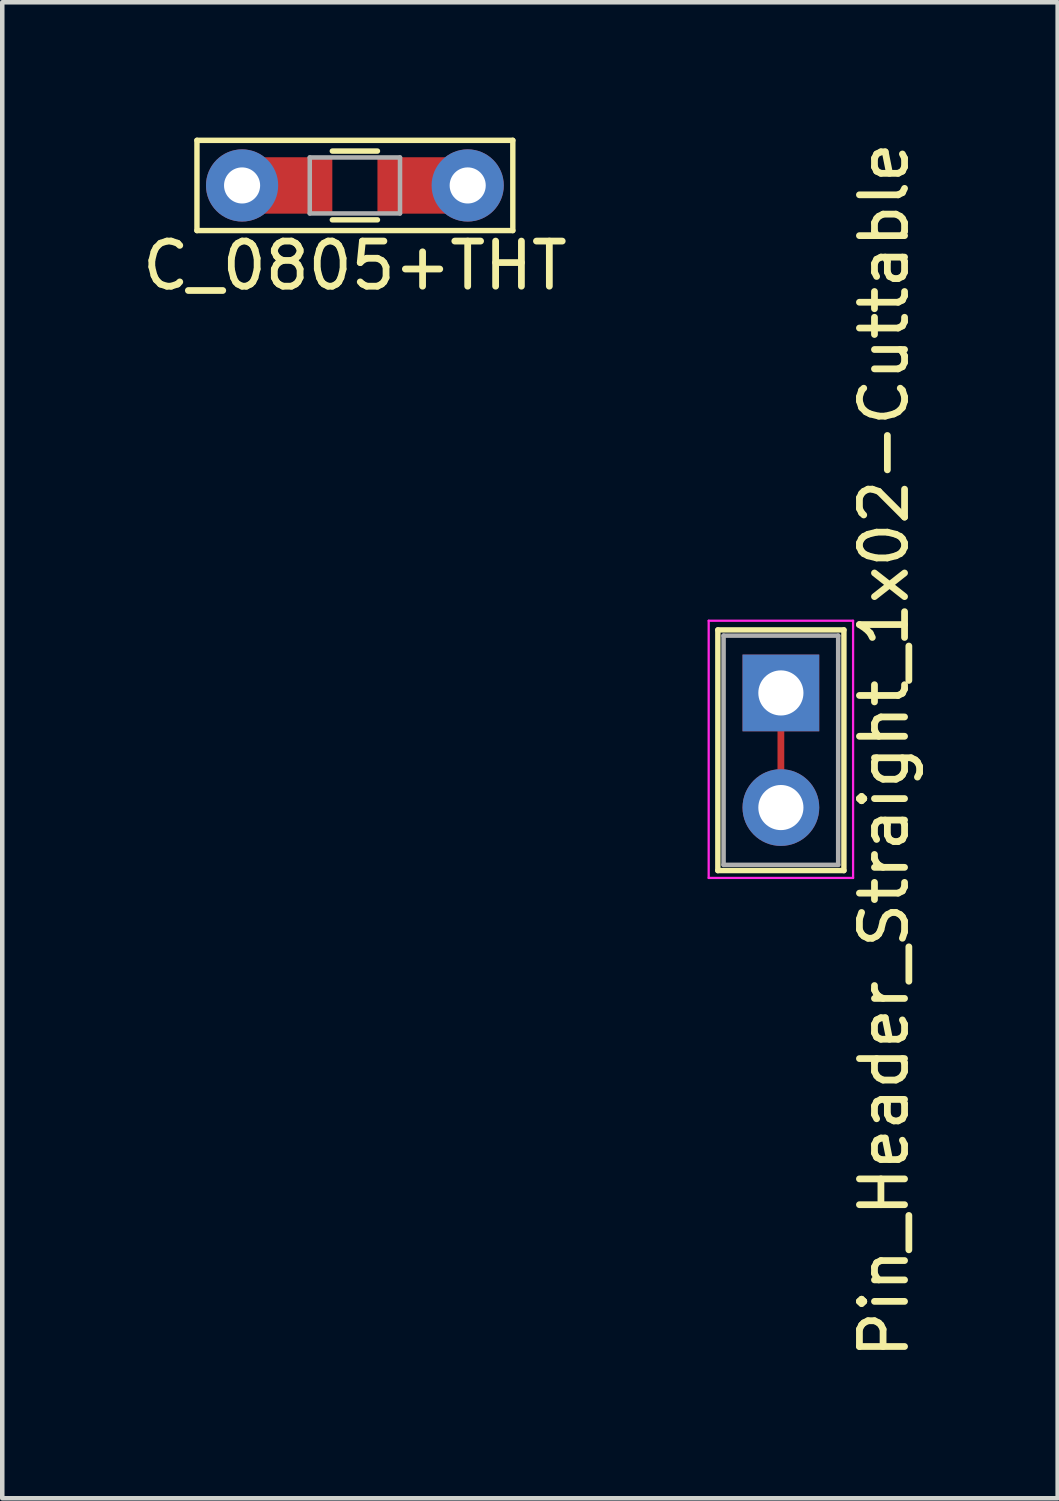
<source format=kicad_pcb>
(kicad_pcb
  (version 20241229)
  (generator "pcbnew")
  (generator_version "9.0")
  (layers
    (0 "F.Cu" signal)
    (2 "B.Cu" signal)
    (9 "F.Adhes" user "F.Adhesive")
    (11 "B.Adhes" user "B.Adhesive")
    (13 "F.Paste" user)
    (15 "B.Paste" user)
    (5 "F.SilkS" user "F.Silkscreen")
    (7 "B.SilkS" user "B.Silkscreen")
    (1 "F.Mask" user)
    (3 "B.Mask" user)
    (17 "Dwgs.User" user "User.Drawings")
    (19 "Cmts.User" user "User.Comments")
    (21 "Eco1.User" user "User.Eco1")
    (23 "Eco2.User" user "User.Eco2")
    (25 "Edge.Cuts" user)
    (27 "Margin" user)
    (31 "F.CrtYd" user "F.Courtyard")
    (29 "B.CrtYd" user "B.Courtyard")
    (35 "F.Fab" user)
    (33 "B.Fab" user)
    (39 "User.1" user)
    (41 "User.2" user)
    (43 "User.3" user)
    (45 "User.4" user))
  (footprint "Pin_Header_Straight_1x02-Cuttable"
    (layer "F.Cu")
    (at 14.256 12.307)
    (property "Reference" "Pin_Header_Straight_1x02-Cuttable" (at 2.286 1.27 90) (layer "F.SilkS") (effects (font (size 1 1) (thickness 0.15))))
    (attr through_hole)
    (fp_line (start 0 0) (end 0 2.54) (stroke (width 0.15) (type solid)) (layer "F.Cu"))
    (fp_line (start 0 0) (end 0 2.54) (stroke (width 0.15) (type solid)) (layer "F.Mask"))
    (fp_line (start -1.397 -1.397) (end 1.397 -1.397) (stroke (width 0.12) (type solid)) (layer "F.SilkS"))
    (fp_line (start -1.397 3.937) (end -1.397 -1.397) (stroke (width 0.12) (type solid)) (layer "F.SilkS"))
    (fp_line (start -1.397 3.937) (end 1.397 3.937) (stroke (width 0.12) (type solid)) (layer "F.SilkS"))
    (fp_line (start 1.397 3.937) (end 1.397 -1.397) (stroke (width 0.12) (type solid)) (layer "F.SilkS"))
    (fp_line (start -1.6 -1.6) (end -1.6 4.1) (stroke (width 0.05) (type solid)) (layer "F.CrtYd"))
    (fp_line (start -1.6 4.1) (end 1.6 4.1) (stroke (width 0.05) (type solid)) (layer "F.CrtYd"))
    (fp_line (start 1.6 -1.6) (end -1.6 -1.6) (stroke (width 0.05) (type solid)) (layer "F.CrtYd"))
    (fp_line (start 1.6 4.1) (end 1.6 -1.6) (stroke (width 0.05) (type solid)) (layer "F.CrtYd"))
    (fp_line (start -1.27 -1.27) (end -1.27 3.81) (stroke (width 0.1) (type solid)) (layer "F.Fab"))
    (fp_line (start -1.27 3.81) (end 1.27 3.81) (stroke (width 0.1) (type solid)) (layer "F.Fab"))
    (fp_line (start 1.27 -1.27) (end -1.27 -1.27) (stroke (width 0.1) (type solid)) (layer "F.Fab"))
    (fp_line (start 1.27 3.81) (end 1.27 -1.27) (stroke (width 0.1) (type solid)) (layer "F.Fab"))
    (pad "1" thru_hole rect (at 0 0) (size 1.7 1.7) (drill 1) (layers "*.Cu" "*.Mask"))
    (pad "2" thru_hole oval (at 0 2.54) (size 1.7 1.7) (drill 1) (layers "*.Cu" "*.Mask")))
  (footprint "C_0805+THT"
    (layer "F.Cu")
    (at 4.815 1.06)
    (property "Reference" "C_0805+THT" (at 0 1.778 0) (layer "F.SilkS") (effects (font (size 1 1) (thickness 0.15))))
    (attr smd)
    (fp_line (start -3.5 -1) (end -3.5 1) (stroke (width 0.12) (type solid)) (layer "F.SilkS"))
    (fp_line (start -3.5 -1) (end 3.5 -1) (stroke (width 0.12) (type solid)) (layer "F.SilkS"))
    (fp_line (start -0.5 0.762) (end 0.5 0.762) (stroke (width 0.12) (type solid)) (layer "F.SilkS"))
    (fp_line (start 0.5 -0.762) (end -0.5 -0.762) (stroke (width 0.12) (type solid)) (layer "F.SilkS"))
    (fp_line (start 3.5 1) (end -3.5 1) (stroke (width 0.12) (type solid)) (layer "F.SilkS"))
    (fp_line (start 3.5 1) (end 3.5 -1) (stroke (width 0.12) (type solid)) (layer "F.SilkS"))
    (fp_line (start -1 -0.62) (end 1 -0.62) (stroke (width 0.1) (type solid)) (layer "F.Fab"))
    (fp_line (start -1 0.62) (end -1 -0.62) (stroke (width 0.1) (type solid)) (layer "F.Fab"))
    (fp_line (start 1 -0.62) (end 1 0.62) (stroke (width 0.1) (type solid)) (layer "F.Fab"))
    (fp_line (start 1 0.62) (end -1 0.62) (stroke (width 0.1) (type solid)) (layer "F.Fab"))
    (pad "1" thru_hole circle (at -2.5 0) (size 1.6 1.6) (drill 0.8) (layers "*.Cu" "*.Mask"))
    (pad "1" smd rect (at -1.25 0) (size 1.5 1.25) (layers "F.Cu" "F.Mask"))
    (pad "2" smd rect (at 1.25 0) (size 1.5 1.25) (layers "F.Cu" "F.Mask"))
    (pad "2" thru_hole circle (at 2.5 0) (size 1.6 1.6) (drill 0.8) (layers "*.Cu" "*.Mask")))
  (gr_rect
    (start -3 -3)
    (end 20.39 30.155)
    (stroke (width 0.1) (type default))
    (fill no)
    (layer "Edge.Cuts")))
</source>
